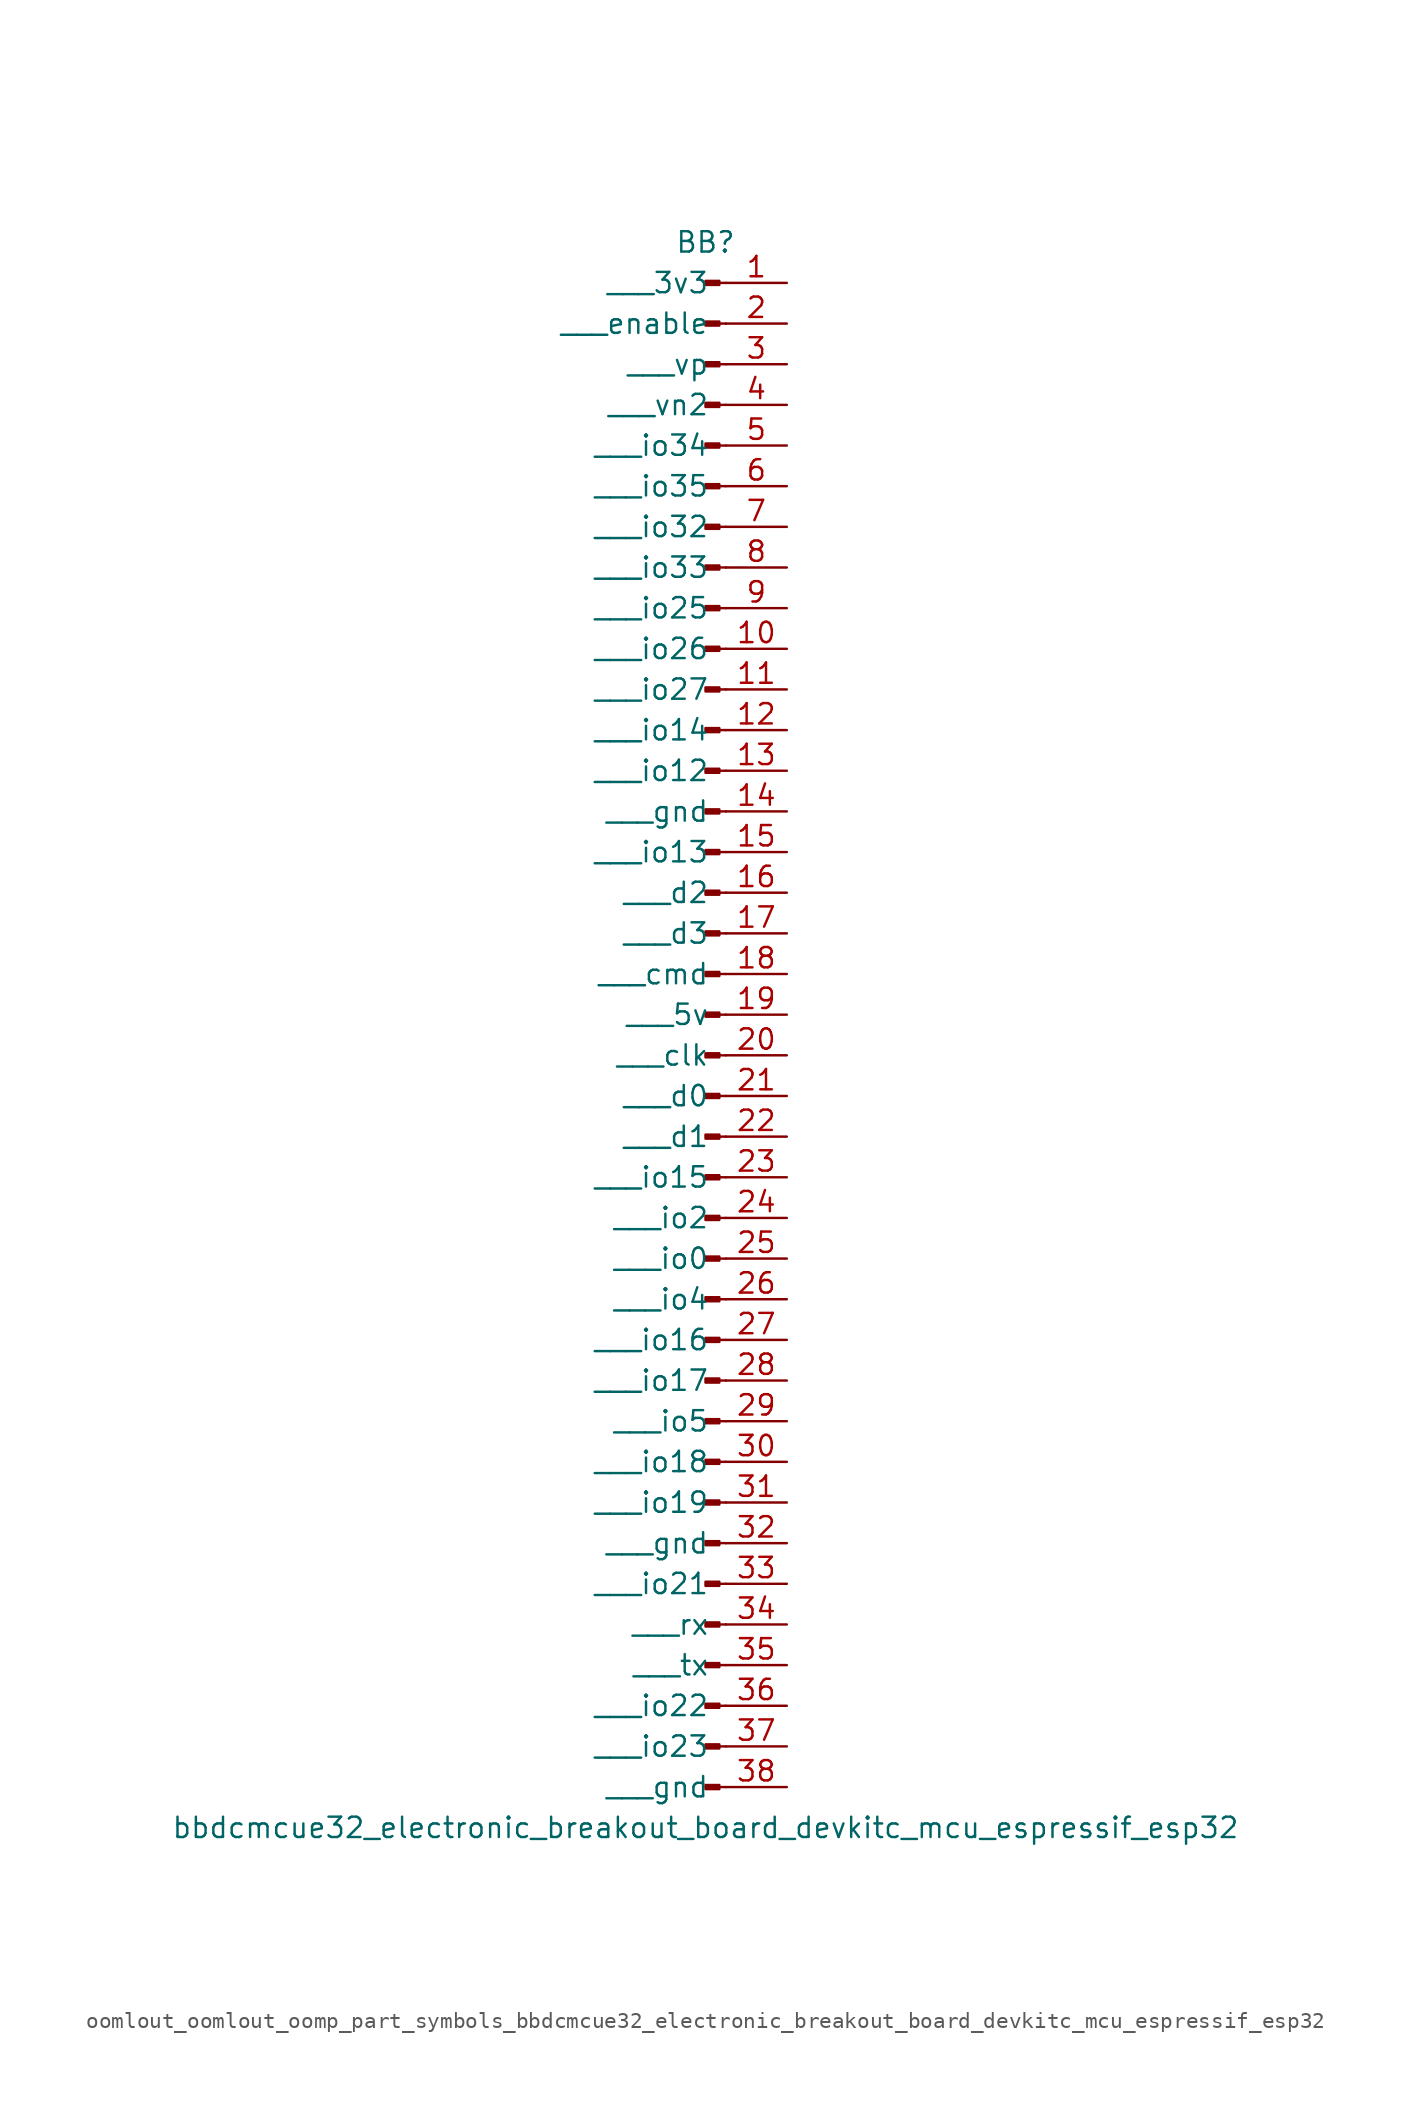
<source format=kicad_sym>
(kicad_symbol_lib
  (version 20220914)
  (generator kicad_symbol_editor)
  (symbol "oomlout_oomlout_oomp_part_symbols_bbdcmcue32_electronic_breakout_board_devkitc_mcu_espressif_esp32"
    (pin_names
      (offset 1.016))
    (property "Reference" "BB"
      (at 0 48.26 0)
      (effects (font (size 1.27 1.27))))
    (property "Value" "bbdcmcue32_electronic_breakout_board_devkitc_mcu_espressif_esp32"
      (at 0 -50.8 0)
      (effects (font (size 1.27 1.27))))
    (property "ki_locked" ""
      (at 0 0 0)
      (effects (font (size 1.27 1.27))))
    (symbol "oomlout_oomlout_oomp_part_symbols_bbdcmcue32_electronic_breakout_board_devkitc_mcu_espressif_esp32_1_1"
      (polyline (pts (xy 1.27 -48.26) (xy 0.864 -48.26)) (stroke (width 0.152) (type default)) (fill (type none)))
      (polyline (pts (xy 1.27 -45.72) (xy 0.864 -45.72)) (stroke (width 0.152) (type default)) (fill (type none)))
      (polyline (pts (xy 1.27 -43.18) (xy 0.864 -43.18)) (stroke (width 0.152) (type default)) (fill (type none)))
      (polyline (pts (xy 1.27 -40.64) (xy 0.864 -40.64)) (stroke (width 0.152) (type default)) (fill (type none)))
      (polyline (pts (xy 1.27 -38.1) (xy 0.864 -38.1)) (stroke (width 0.152) (type default)) (fill (type none)))
      (polyline (pts (xy 1.27 -35.56) (xy 0.864 -35.56)) (stroke (width 0.152) (type default)) (fill (type none)))
      (polyline (pts (xy 1.27 -33.02) (xy 0.864 -33.02)) (stroke (width 0.152) (type default)) (fill (type none)))
      (polyline (pts (xy 1.27 -30.48) (xy 0.864 -30.48)) (stroke (width 0.152) (type default)) (fill (type none)))
      (polyline (pts (xy 1.27 -27.94) (xy 0.864 -27.94)) (stroke (width 0.152) (type default)) (fill (type none)))
      (polyline (pts (xy 1.27 -25.4) (xy 0.864 -25.4)) (stroke (width 0.152) (type default)) (fill (type none)))
      (polyline (pts (xy 1.27 -22.86) (xy 0.864 -22.86)) (stroke (width 0.152) (type default)) (fill (type none)))
      (polyline (pts (xy 1.27 -20.32) (xy 0.864 -20.32)) (stroke (width 0.152) (type default)) (fill (type none)))
      (polyline (pts (xy 1.27 -17.78) (xy 0.864 -17.78)) (stroke (width 0.152) (type default)) (fill (type none)))
      (polyline (pts (xy 1.27 -15.24) (xy 0.864 -15.24)) (stroke (width 0.152) (type default)) (fill (type none)))
      (polyline (pts (xy 1.27 -12.7) (xy 0.864 -12.7)) (stroke (width 0.152) (type default)) (fill (type none)))
      (polyline (pts (xy 1.27 -10.16) (xy 0.864 -10.16)) (stroke (width 0.152) (type default)) (fill (type none)))
      (polyline (pts (xy 1.27 -7.62) (xy 0.864 -7.62)) (stroke (width 0.152) (type default)) (fill (type none)))
      (polyline (pts (xy 1.27 -5.08) (xy 0.864 -5.08)) (stroke (width 0.152) (type default)) (fill (type none)))
      (polyline (pts (xy 1.27 -2.54) (xy 0.864 -2.54)) (stroke (width 0.152) (type default)) (fill (type none)))
      (polyline (pts (xy 1.27 0) (xy 0.864 0)) (stroke (width 0.152) (type default)) (fill (type none)))
      (polyline (pts (xy 1.27 2.54) (xy 0.864 2.54)) (stroke (width 0.152) (type default)) (fill (type none)))
      (polyline (pts (xy 1.27 5.08) (xy 0.864 5.08)) (stroke (width 0.152) (type default)) (fill (type none)))
      (polyline (pts (xy 1.27 7.62) (xy 0.864 7.62)) (stroke (width 0.152) (type default)) (fill (type none)))
      (polyline (pts (xy 1.27 10.16) (xy 0.864 10.16)) (stroke (width 0.152) (type default)) (fill (type none)))
      (polyline (pts (xy 1.27 12.7) (xy 0.864 12.7)) (stroke (width 0.152) (type default)) (fill (type none)))
      (polyline (pts (xy 1.27 15.24) (xy 0.864 15.24)) (stroke (width 0.152) (type default)) (fill (type none)))
      (polyline (pts (xy 1.27 17.78) (xy 0.864 17.78)) (stroke (width 0.152) (type default)) (fill (type none)))
      (polyline (pts (xy 1.27 20.32) (xy 0.864 20.32)) (stroke (width 0.152) (type default)) (fill (type none)))
      (polyline (pts (xy 1.27 22.86) (xy 0.864 22.86)) (stroke (width 0.152) (type default)) (fill (type none)))
      (polyline (pts (xy 1.27 25.4) (xy 0.864 25.4)) (stroke (width 0.152) (type default)) (fill (type none)))
      (polyline (pts (xy 1.27 27.94) (xy 0.864 27.94)) (stroke (width 0.152) (type default)) (fill (type none)))
      (polyline (pts (xy 1.27 30.48) (xy 0.864 30.48)) (stroke (width 0.152) (type default)) (fill (type none)))
      (polyline (pts (xy 1.27 33.02) (xy 0.864 33.02)) (stroke (width 0.152) (type default)) (fill (type none)))
      (polyline (pts (xy 1.27 35.56) (xy 0.864 35.56)) (stroke (width 0.152) (type default)) (fill (type none)))
      (polyline (pts (xy 1.27 38.1) (xy 0.864 38.1)) (stroke (width 0.152) (type default)) (fill (type none)))
      (polyline (pts (xy 1.27 40.64) (xy 0.864 40.64)) (stroke (width 0.152) (type default)) (fill (type none)))
      (polyline (pts (xy 1.27 43.18) (xy 0.864 43.18)) (stroke (width 0.152) (type default)) (fill (type none)))
      (polyline (pts (xy 1.27 45.72) (xy 0.864 45.72)) (stroke (width 0.152) (type default)) (fill (type none)))
      (rectangle (start 0.864 -48.133) (end 0 -48.387) (stroke (width 0.152) (type default)) (fill (type outline)))
      (rectangle (start 0.864 -45.593) (end 0 -45.847) (stroke (width 0.152) (type default)) (fill (type outline)))
      (rectangle (start 0.864 -43.053) (end 0 -43.307) (stroke (width 0.152) (type default)) (fill (type outline)))
      (rectangle (start 0.864 -40.513) (end 0 -40.767) (stroke (width 0.152) (type default)) (fill (type outline)))
      (rectangle (start 0.864 -37.973) (end 0 -38.227) (stroke (width 0.152) (type default)) (fill (type outline)))
      (rectangle (start 0.864 -35.433) (end 0 -35.687) (stroke (width 0.152) (type default)) (fill (type outline)))
      (rectangle (start 0.864 -32.893) (end 0 -33.147) (stroke (width 0.152) (type default)) (fill (type outline)))
      (rectangle (start 0.864 -30.353) (end 0 -30.607) (stroke (width 0.152) (type default)) (fill (type outline)))
      (rectangle (start 0.864 -27.813) (end 0 -28.067) (stroke (width 0.152) (type default)) (fill (type outline)))
      (rectangle (start 0.864 -25.273) (end 0 -25.527) (stroke (width 0.152) (type default)) (fill (type outline)))
      (rectangle (start 0.864 -22.733) (end 0 -22.987) (stroke (width 0.152) (type default)) (fill (type outline)))
      (rectangle (start 0.864 -20.193) (end 0 -20.447) (stroke (width 0.152) (type default)) (fill (type outline)))
      (rectangle (start 0.864 -17.653) (end 0 -17.907) (stroke (width 0.152) (type default)) (fill (type outline)))
      (rectangle (start 0.864 -15.113) (end 0 -15.367) (stroke (width 0.152) (type default)) (fill (type outline)))
      (rectangle (start 0.864 -12.573) (end 0 -12.827) (stroke (width 0.152) (type default)) (fill (type outline)))
      (rectangle (start 0.864 -10.033) (end 0 -10.287) (stroke (width 0.152) (type default)) (fill (type outline)))
      (rectangle (start 0.864 -7.493) (end 0 -7.747) (stroke (width 0.152) (type default)) (fill (type outline)))
      (rectangle (start 0.864 -4.953) (end 0 -5.207) (stroke (width 0.152) (type default)) (fill (type outline)))
      (rectangle (start 0.864 -2.413) (end 0 -2.667) (stroke (width 0.152) (type default)) (fill (type outline)))
      (rectangle (start 0.864 0.127) (end 0 -0.127) (stroke (width 0.152) (type default)) (fill (type outline)))
      (rectangle (start 0.864 2.667) (end 0 2.413) (stroke (width 0.152) (type default)) (fill (type outline)))
      (rectangle (start 0.864 5.207) (end 0 4.953) (stroke (width 0.152) (type default)) (fill (type outline)))
      (rectangle (start 0.864 7.747) (end 0 7.493) (stroke (width 0.152) (type default)) (fill (type outline)))
      (rectangle (start 0.864 10.287) (end 0 10.033) (stroke (width 0.152) (type default)) (fill (type outline)))
      (rectangle (start 0.864 12.827) (end 0 12.573) (stroke (width 0.152) (type default)) (fill (type outline)))
      (rectangle (start 0.864 15.367) (end 0 15.113) (stroke (width 0.152) (type default)) (fill (type outline)))
      (rectangle (start 0.864 17.907) (end 0 17.653) (stroke (width 0.152) (type default)) (fill (type outline)))
      (rectangle (start 0.864 20.447) (end 0 20.193) (stroke (width 0.152) (type default)) (fill (type outline)))
      (rectangle (start 0.864 22.987) (end 0 22.733) (stroke (width 0.152) (type default)) (fill (type outline)))
      (rectangle (start 0.864 25.527) (end 0 25.273) (stroke (width 0.152) (type default)) (fill (type outline)))
      (rectangle (start 0.864 28.067) (end 0 27.813) (stroke (width 0.152) (type default)) (fill (type outline)))
      (rectangle (start 0.864 30.607) (end 0 30.353) (stroke (width 0.152) (type default)) (fill (type outline)))
      (rectangle (start 0.864 33.147) (end 0 32.893) (stroke (width 0.152) (type default)) (fill (type outline)))
      (rectangle (start 0.864 35.687) (end 0 35.433) (stroke (width 0.152) (type default)) (fill (type outline)))
      (rectangle (start 0.864 38.227) (end 0 37.973) (stroke (width 0.152) (type default)) (fill (type outline)))
      (rectangle (start 0.864 40.767) (end 0 40.513) (stroke (width 0.152) (type default)) (fill (type outline)))
      (rectangle (start 0.864 43.307) (end 0 43.053) (stroke (width 0.152) (type default)) (fill (type outline)))
      (rectangle (start 0.864 45.847) (end 0 45.593) (stroke (width 0.152) (type default)) (fill (type outline)))
      (pin passive line (at 5.08 45.72 180) (length 3.81) (name "   3v3" (effects (font (size 1.27 1.27)))) (number "1" (effects (font (size 1.27 1.27)))))
      (pin passive line (at 5.08 22.86 180) (length 3.81) (name "   io26" (effects (font (size 1.27 1.27)))) (number "10" (effects (font (size 1.27 1.27)))))
      (pin passive line (at 5.08 20.32 180) (length 3.81) (name "   io27" (effects (font (size 1.27 1.27)))) (number "11" (effects (font (size 1.27 1.27)))))
      (pin passive line (at 5.08 17.78 180) (length 3.81) (name "   io14" (effects (font (size 1.27 1.27)))) (number "12" (effects (font (size 1.27 1.27)))))
      (pin passive line (at 5.08 15.24 180) (length 3.81) (name "   io12" (effects (font (size 1.27 1.27)))) (number "13" (effects (font (size 1.27 1.27)))))
      (pin passive line (at 5.08 12.7 180) (length 3.81) (name "   gnd" (effects (font (size 1.27 1.27)))) (number "14" (effects (font (size 1.27 1.27)))))
      (pin passive line (at 5.08 10.16 180) (length 3.81) (name "   io13" (effects (font (size 1.27 1.27)))) (number "15" (effects (font (size 1.27 1.27)))))
      (pin passive line (at 5.08 7.62 180) (length 3.81) (name "   d2" (effects (font (size 1.27 1.27)))) (number "16" (effects (font (size 1.27 1.27)))))
      (pin passive line (at 5.08 5.08 180) (length 3.81) (name "   d3" (effects (font (size 1.27 1.27)))) (number "17" (effects (font (size 1.27 1.27)))))
      (pin passive line (at 5.08 2.54 180) (length 3.81) (name "   cmd" (effects (font (size 1.27 1.27)))) (number "18" (effects (font (size 1.27 1.27)))))
      (pin passive line (at 5.08 0 180) (length 3.81) (name "   5v" (effects (font (size 1.27 1.27)))) (number "19" (effects (font (size 1.27 1.27)))))
      (pin passive line (at 5.08 43.18 180) (length 3.81) (name "   enable" (effects (font (size 1.27 1.27)))) (number "2" (effects (font (size 1.27 1.27)))))
      (pin passive line (at 5.08 -2.54 180) (length 3.81) (name "   clk" (effects (font (size 1.27 1.27)))) (number "20" (effects (font (size 1.27 1.27)))))
      (pin passive line (at 5.08 -5.08 180) (length 3.81) (name "   d0" (effects (font (size 1.27 1.27)))) (number "21" (effects (font (size 1.27 1.27)))))
      (pin passive line (at 5.08 -7.62 180) (length 3.81) (name "   d1" (effects (font (size 1.27 1.27)))) (number "22" (effects (font (size 1.27 1.27)))))
      (pin passive line (at 5.08 -10.16 180) (length 3.81) (name "   io15" (effects (font (size 1.27 1.27)))) (number "23" (effects (font (size 1.27 1.27)))))
      (pin passive line (at 5.08 -12.7 180) (length 3.81) (name "   io2" (effects (font (size 1.27 1.27)))) (number "24" (effects (font (size 1.27 1.27)))))
      (pin passive line (at 5.08 -15.24 180) (length 3.81) (name "   io0" (effects (font (size 1.27 1.27)))) (number "25" (effects (font (size 1.27 1.27)))))
      (pin passive line (at 5.08 -17.78 180) (length 3.81) (name "   io4" (effects (font (size 1.27 1.27)))) (number "26" (effects (font (size 1.27 1.27)))))
      (pin passive line (at 5.08 -20.32 180) (length 3.81) (name "   io16" (effects (font (size 1.27 1.27)))) (number "27" (effects (font (size 1.27 1.27)))))
      (pin passive line (at 5.08 -22.86 180) (length 3.81) (name "   io17" (effects (font (size 1.27 1.27)))) (number "28" (effects (font (size 1.27 1.27)))))
      (pin passive line (at 5.08 -25.4 180) (length 3.81) (name "   io5" (effects (font (size 1.27 1.27)))) (number "29" (effects (font (size 1.27 1.27)))))
      (pin passive line (at 5.08 40.64 180) (length 3.81) (name "   vp" (effects (font (size 1.27 1.27)))) (number "3" (effects (font (size 1.27 1.27)))))
      (pin passive line (at 5.08 -27.94 180) (length 3.81) (name "   io18" (effects (font (size 1.27 1.27)))) (number "30" (effects (font (size 1.27 1.27)))))
      (pin passive line (at 5.08 -30.48 180) (length 3.81) (name "   io19" (effects (font (size 1.27 1.27)))) (number "31" (effects (font (size 1.27 1.27)))))
      (pin passive line (at 5.08 -33.02 180) (length 3.81) (name "   gnd" (effects (font (size 1.27 1.27)))) (number "32" (effects (font (size 1.27 1.27)))))
      (pin passive line (at 5.08 -35.56 180) (length 3.81) (name "   io21" (effects (font (size 1.27 1.27)))) (number "33" (effects (font (size 1.27 1.27)))))
      (pin passive line (at 5.08 -38.1 180) (length 3.81) (name "   rx" (effects (font (size 1.27 1.27)))) (number "34" (effects (font (size 1.27 1.27)))))
      (pin passive line (at 5.08 -40.64 180) (length 3.81) (name "   tx" (effects (font (size 1.27 1.27)))) (number "35" (effects (font (size 1.27 1.27)))))
      (pin passive line (at 5.08 -43.18 180) (length 3.81) (name "   io22" (effects (font (size 1.27 1.27)))) (number "36" (effects (font (size 1.27 1.27)))))
      (pin passive line (at 5.08 -45.72 180) (length 3.81) (name "   io23" (effects (font (size 1.27 1.27)))) (number "37" (effects (font (size 1.27 1.27)))))
      (pin passive line (at 5.08 -48.26 180) (length 3.81) (name "   gnd" (effects (font (size 1.27 1.27)))) (number "38" (effects (font (size 1.27 1.27)))))
      (pin passive line (at 5.08 38.1 180) (length 3.81) (name "   vn2" (effects (font (size 1.27 1.27)))) (number "4" (effects (font (size 1.27 1.27)))))
      (pin passive line (at 5.08 35.56 180) (length 3.81) (name "   io34" (effects (font (size 1.27 1.27)))) (number "5" (effects (font (size 1.27 1.27)))))
      (pin passive line (at 5.08 33.02 180) (length 3.81) (name "   io35" (effects (font (size 1.27 1.27)))) (number "6" (effects (font (size 1.27 1.27)))))
      (pin passive line (at 5.08 30.48 180) (length 3.81) (name "   io32" (effects (font (size 1.27 1.27)))) (number "7" (effects (font (size 1.27 1.27)))))
      (pin passive line (at 5.08 27.94 180) (length 3.81) (name "   io33" (effects (font (size 1.27 1.27)))) (number "8" (effects (font (size 1.27 1.27)))))
      (pin passive line (at 5.08 25.4 180) (length 3.81) (name "   io25" (effects (font (size 1.27 1.27)))) (number "9" (effects (font (size 1.27 1.27))))))))
</source>
